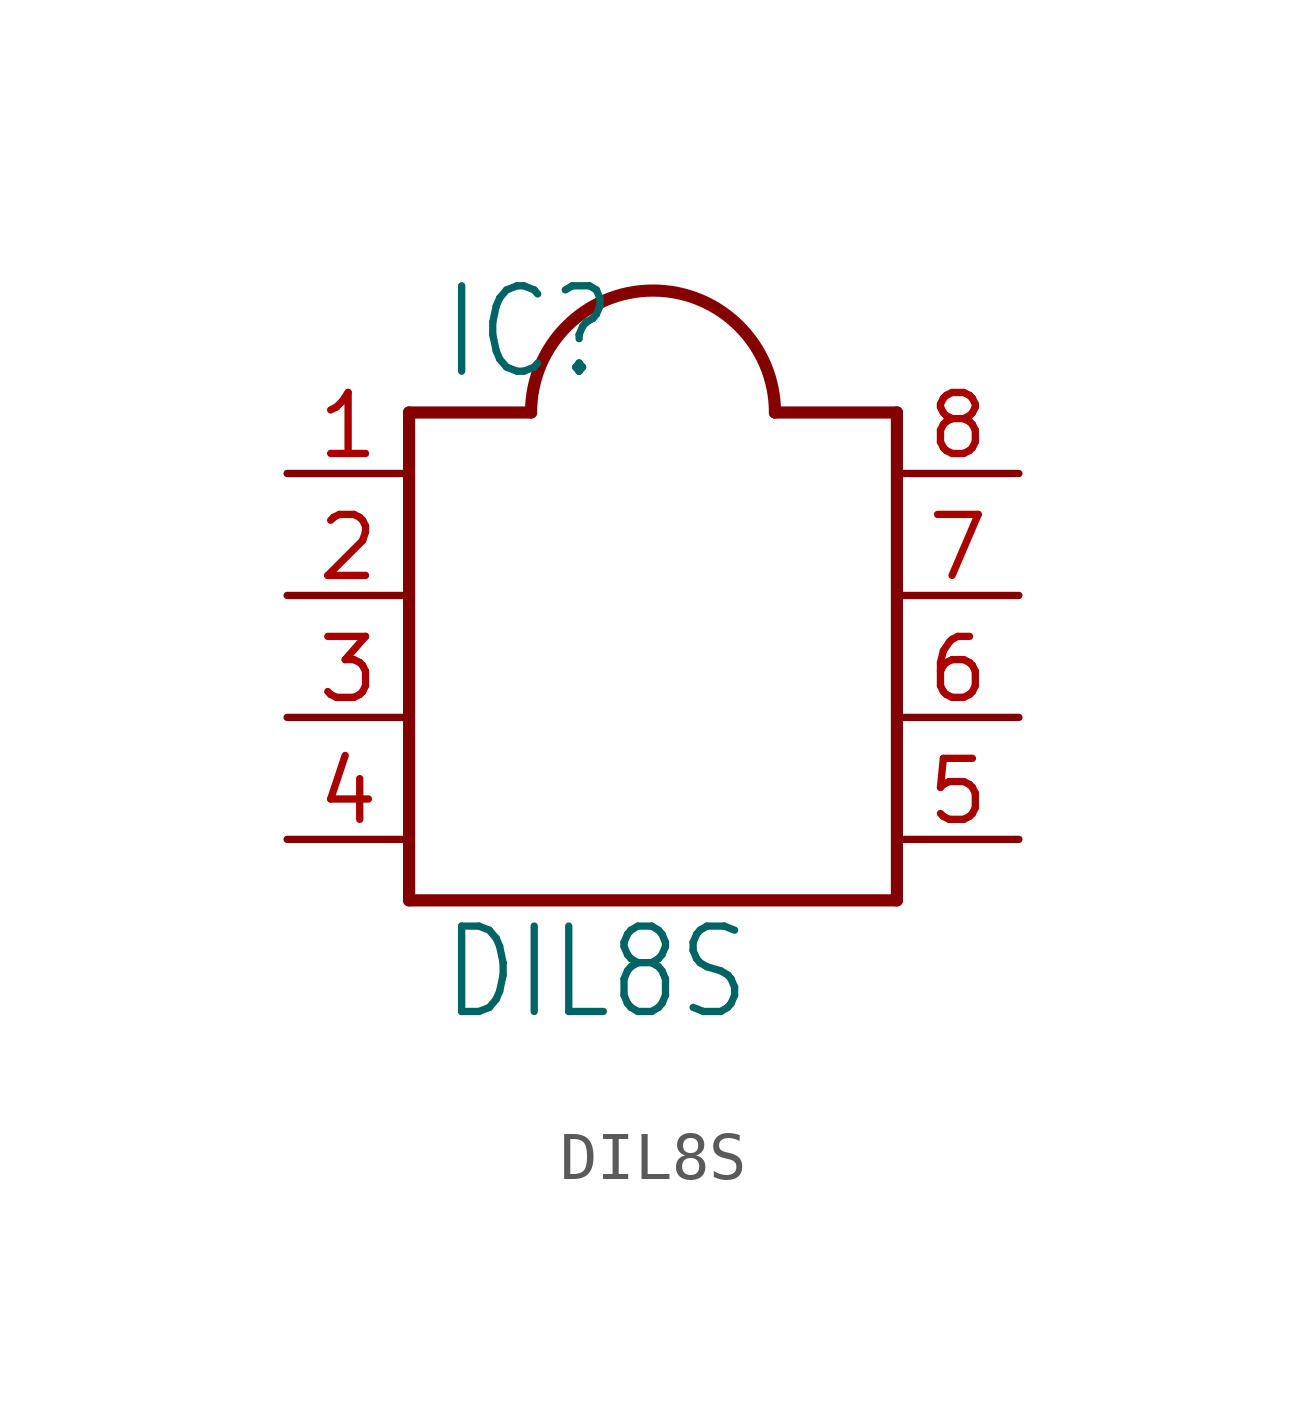
<source format=kicad_sym>
(kicad_symbol_lib
  (version 20211014)
  (generator kicad_symbol_editor)
  (symbol "DIL8S"
    (property "Reference" "IC"
      (at -4.445 4.445 0)
      (effects (font (size 1.778 1.511)) (justify left bottom)))
    (property "Value" "DIL8S"
      (at -4.445 -8.89 0)
      (effects (font (size 1.778 1.511)) (justify left bottom)))
    (property "ki_locked" ""
      (at 0 0 0)
      (effects (font (size 1.27 1.27))))
    (symbol "DIL8S_1_0"
      (polyline (pts (xy -5.08 -6.35) (xy 5.08 -6.35)) (stroke (width 0.254) (type default) (color 0 0 0 0)) (fill (type none)))
      (polyline (pts (xy -5.08 3.81) (xy -5.08 -6.35)) (stroke (width 0.254) (type default) (color 0 0 0 0)) (fill (type none)))
      (polyline (pts (xy -5.08 3.81) (xy -2.54 3.81)) (stroke (width 0.254) (type default) (color 0 0 0 0)) (fill (type none)))
      (polyline (pts (xy 5.08 -6.35) (xy 5.08 3.81)) (stroke (width 0.254) (type default) (color 0 0 0 0)) (fill (type none)))
      (polyline (pts (xy 5.08 3.81) (xy 2.54 3.81)) (stroke (width 0.254) (type default) (color 0 0 0 0)) (fill (type none)))
      (arc (start 2.54 3.81) (mid 0 6.35) (end -2.54 3.81) (stroke (width 0.254) (type default) (color 0 0 0 0)) (fill (type none)))
      (pin passive line (at -7.62 2.54 0) (length 2.54) (name "1" (effects (font (size 0 0)))) (number "1" (effects (font (size 1.27 1.27)))))
      (pin passive line (at -7.62 0 0) (length 2.54) (name "2" (effects (font (size 0 0)))) (number "2" (effects (font (size 1.27 1.27)))))
      (pin passive line (at -7.62 -2.54 0) (length 2.54) (name "3" (effects (font (size 0 0)))) (number "3" (effects (font (size 1.27 1.27)))))
      (pin passive line (at -7.62 -5.08 0) (length 2.54) (name "4" (effects (font (size 0 0)))) (number "4" (effects (font (size 1.27 1.27)))))
      (pin passive line (at 7.62 -5.08 180) (length 2.54) (name "5" (effects (font (size 0 0)))) (number "5" (effects (font (size 1.27 1.27)))))
      (pin passive line (at 7.62 -2.54 180) (length 2.54) (name "6" (effects (font (size 0 0)))) (number "6" (effects (font (size 1.27 1.27)))))
      (pin passive line (at 7.62 0 180) (length 2.54) (name "7" (effects (font (size 0 0)))) (number "7" (effects (font (size 1.27 1.27)))))
      (pin passive line (at 7.62 2.54 180) (length 2.54) (name "8" (effects (font (size 0 0)))) (number "8" (effects (font (size 1.27 1.27))))))))
</source>
